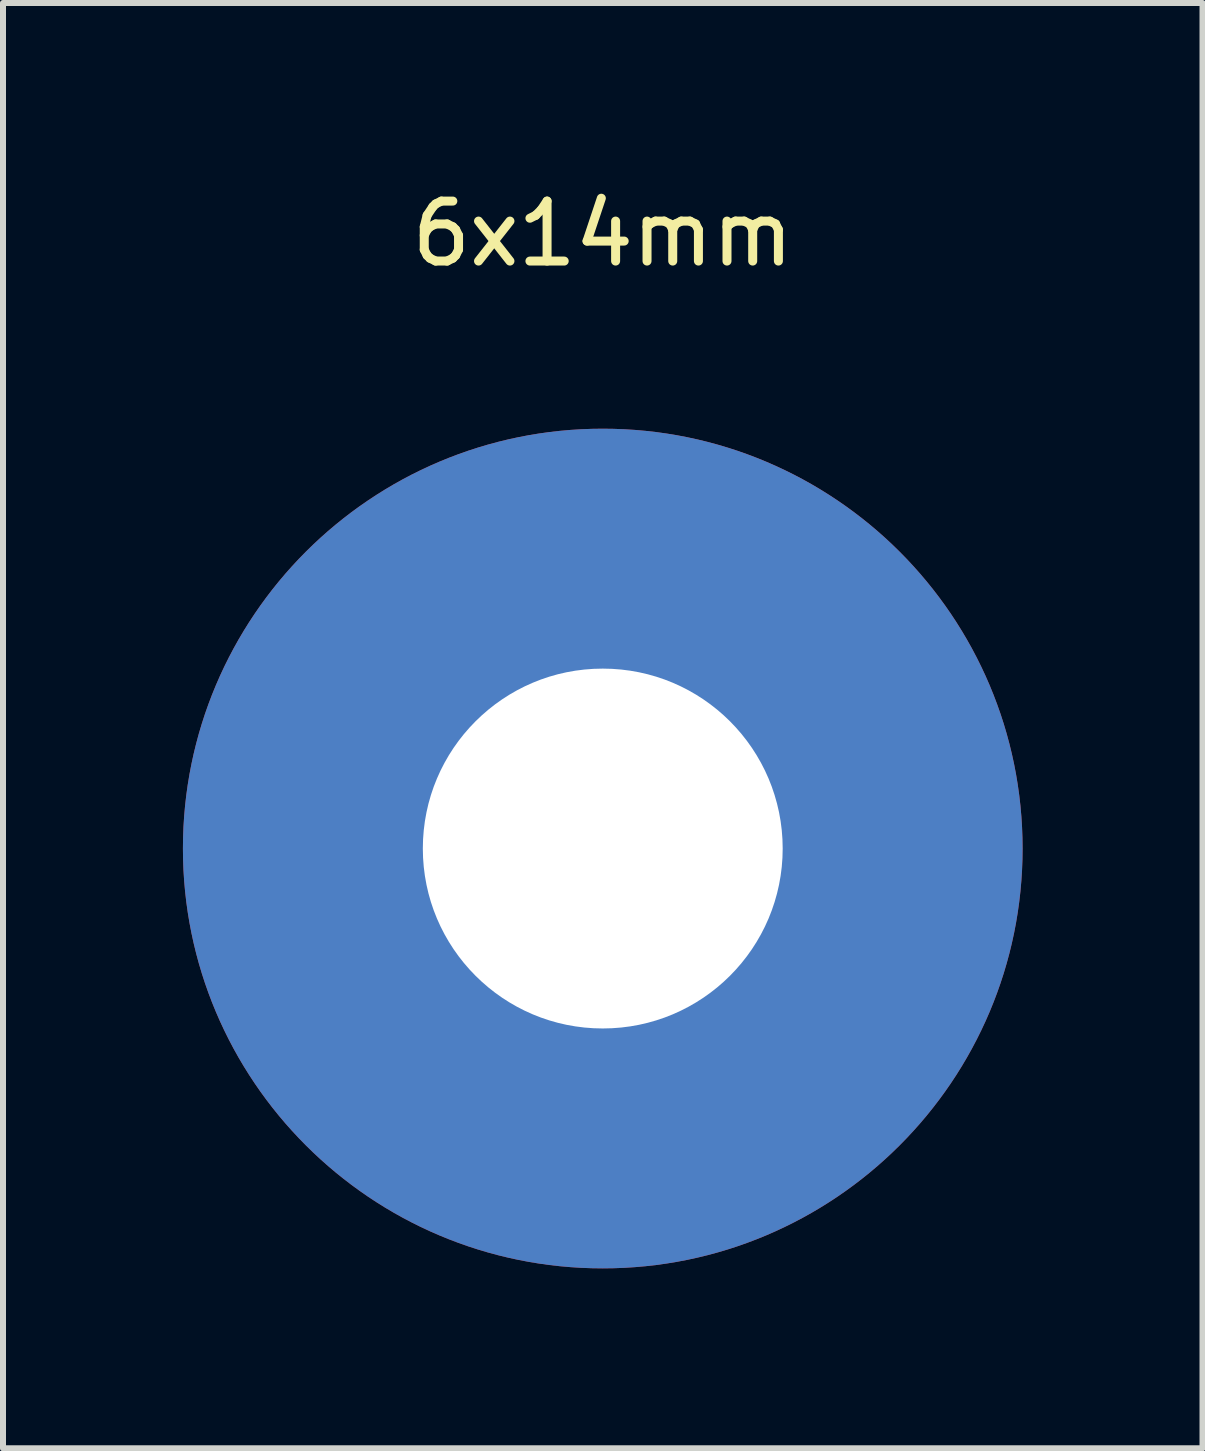
<source format=kicad_pcb>
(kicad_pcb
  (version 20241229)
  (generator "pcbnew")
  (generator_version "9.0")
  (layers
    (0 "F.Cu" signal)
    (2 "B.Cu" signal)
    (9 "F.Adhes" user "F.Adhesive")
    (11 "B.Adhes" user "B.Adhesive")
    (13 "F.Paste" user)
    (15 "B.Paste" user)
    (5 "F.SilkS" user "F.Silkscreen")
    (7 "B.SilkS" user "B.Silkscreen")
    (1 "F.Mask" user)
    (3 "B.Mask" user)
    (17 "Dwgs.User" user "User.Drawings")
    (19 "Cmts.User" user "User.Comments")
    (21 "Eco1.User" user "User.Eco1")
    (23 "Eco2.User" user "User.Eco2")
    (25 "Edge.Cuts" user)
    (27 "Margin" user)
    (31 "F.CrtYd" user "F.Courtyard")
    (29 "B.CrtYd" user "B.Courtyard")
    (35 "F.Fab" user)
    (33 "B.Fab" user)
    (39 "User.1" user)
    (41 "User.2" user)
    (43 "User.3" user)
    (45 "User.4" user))
  (footprint "6x14mm"
    (layer "F.Cu")
    (at 7 11.098)
    (property "Reference" "6x14mm" (at 0 -10.25 0) (unlocked yes) (layer "F.SilkS") (effects (font (size 1 1) (thickness 0.15))))
    (attr through_hole)
    (pad "1" thru_hole circle (at 0 0) (size 14 14) (drill 6) (layers "*.Cu" "*.Mask")))
  (gr_rect
    (start -3 -3)
    (end 17 21.098)
    (stroke (width 0.1) (type default))
    (fill no)
    (layer "Edge.Cuts")))
</source>
